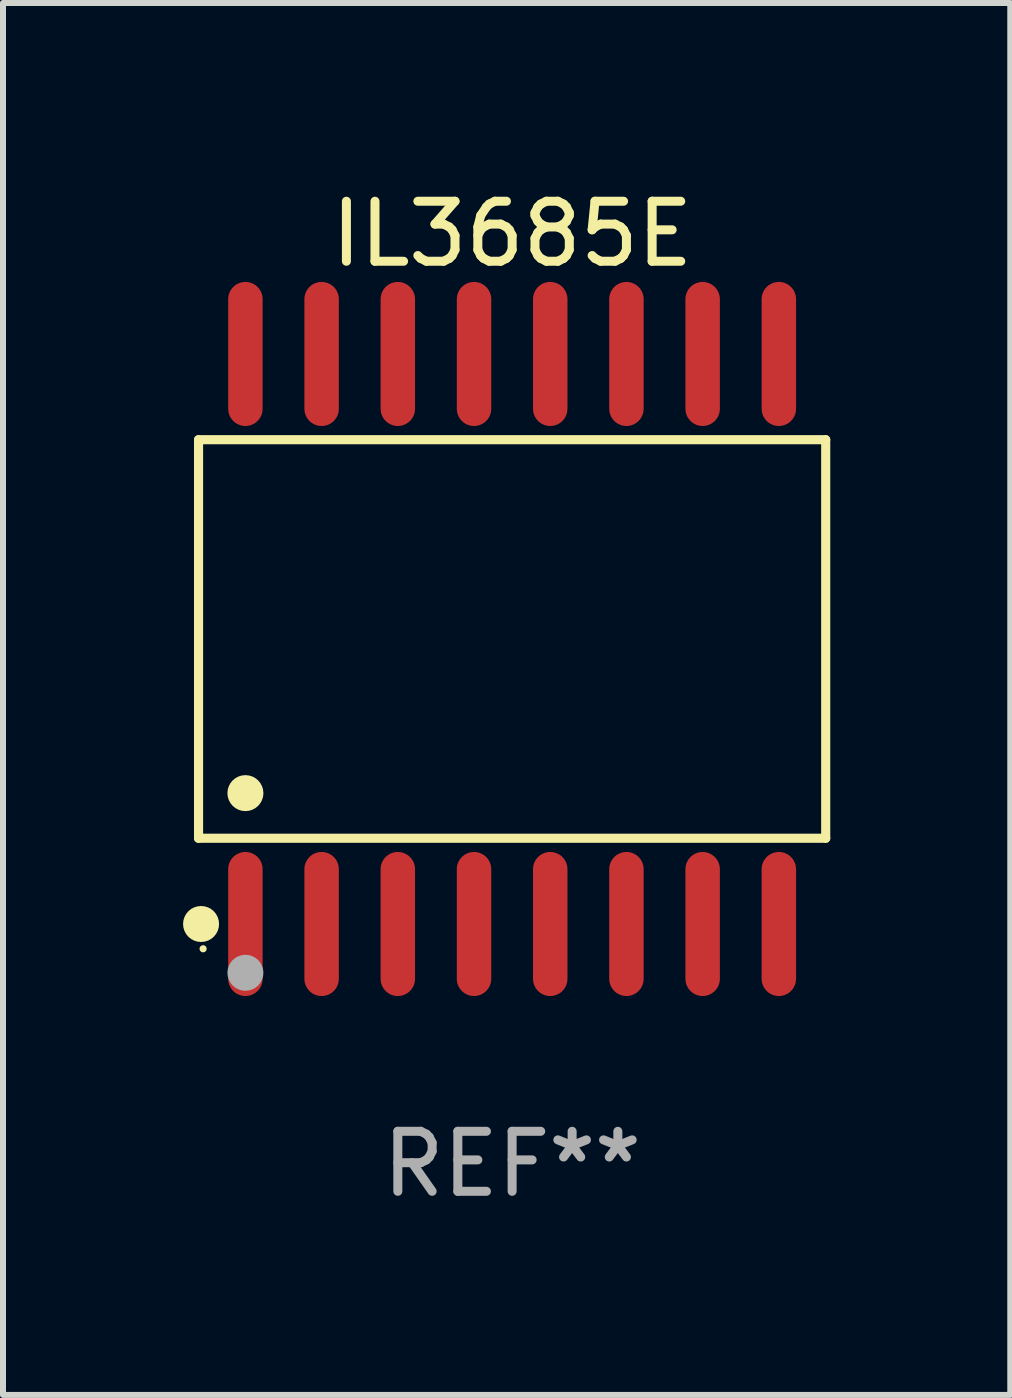
<source format=kicad_pcb>
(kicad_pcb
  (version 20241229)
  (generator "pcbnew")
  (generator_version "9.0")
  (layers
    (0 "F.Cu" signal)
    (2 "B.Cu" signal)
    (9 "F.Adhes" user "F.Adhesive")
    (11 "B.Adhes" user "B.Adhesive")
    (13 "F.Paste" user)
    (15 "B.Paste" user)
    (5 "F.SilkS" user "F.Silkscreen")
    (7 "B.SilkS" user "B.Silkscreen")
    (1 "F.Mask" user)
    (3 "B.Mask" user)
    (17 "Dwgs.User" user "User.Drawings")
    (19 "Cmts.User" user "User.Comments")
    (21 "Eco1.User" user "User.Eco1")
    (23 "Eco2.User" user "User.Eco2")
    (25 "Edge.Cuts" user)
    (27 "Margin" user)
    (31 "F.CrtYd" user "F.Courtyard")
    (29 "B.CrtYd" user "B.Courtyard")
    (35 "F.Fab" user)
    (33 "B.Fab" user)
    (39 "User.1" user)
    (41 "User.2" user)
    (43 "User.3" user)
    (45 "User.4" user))
  (footprint "IL3685E"
    (layer "F.Cu")
    (at 5.485 7.599)
    (property "Reference" "IL3685E" (at 0 -6.75 0) (layer "F.SilkS") (effects (font (size 1 1) (thickness 0.15))))
    (attr through_hole)
    (fp_line (start -5.226 -3.321) (end 5.226 -3.321) (stroke (width 0.152) (type solid)) (layer "F.SilkS"))
    (fp_line (start -5.226 3.321) (end -5.226 -3.321) (stroke (width 0.152) (type solid)) (layer "F.SilkS"))
    (fp_line (start 5.226 -3.321) (end 5.226 3.321) (stroke (width 0.152) (type solid)) (layer "F.SilkS"))
    (fp_line (start 5.226 3.321) (end -5.226 3.321) (stroke (width 0.152) (type solid)) (layer "F.SilkS"))
    (fp_circle (center -5.184 4.75) (end -5.034 4.75) (stroke (width 0.3) (type solid)) (fill no) (layer "F.SilkS"))
    (fp_circle (center -5.15 5.163) (end -5.12 5.163) (stroke (width 0.06) (type solid)) (fill no) (layer "F.SilkS"))
    (fp_circle (center -4.445 2.569) (end -4.295 2.569) (stroke (width 0.3) (type solid)) (fill no) (layer "F.SilkS"))
    (fp_circle (center -4.445 5.563) (end -4.295 5.563) (stroke (width 0.3) (type solid)) (fill no) (layer "F.Fab"))
    (fp_text user "REF**" (at 0 8.75 0) (layer "F.Fab") (effects (font (size 1 1) (thickness 0.15))))
    (pad "1" smd oval (at -4.445 4.75) (size 0.574 2.401) (layers "F.Cu" "F.Mask" "F.Paste"))
    (pad "2" smd oval (at -3.175 4.75) (size 0.574 2.401) (layers "F.Cu" "F.Mask" "F.Paste"))
    (pad "3" smd oval (at -1.905 4.75) (size 0.574 2.401) (layers "F.Cu" "F.Mask" "F.Paste"))
    (pad "4" smd oval (at -0.635 4.75) (size 0.574 2.401) (layers "F.Cu" "F.Mask" "F.Paste"))
    (pad "5" smd oval (at 0.635 4.75) (size 0.574 2.401) (layers "F.Cu" "F.Mask" "F.Paste"))
    (pad "6" smd oval (at 1.905 4.75) (size 0.574 2.401) (layers "F.Cu" "F.Mask" "F.Paste"))
    (pad "7" smd oval (at 3.175 4.75) (size 0.574 2.401) (layers "F.Cu" "F.Mask" "F.Paste"))
    (pad "8" smd oval (at 4.445 4.75) (size 0.574 2.401) (layers "F.Cu" "F.Mask" "F.Paste"))
    (pad "9" smd oval (at 4.445 -4.75) (size 0.574 2.401) (layers "F.Cu" "F.Mask" "F.Paste"))
    (pad "10" smd oval (at 3.175 -4.75) (size 0.574 2.401) (layers "F.Cu" "F.Mask" "F.Paste"))
    (pad "11" smd oval (at 1.905 -4.75) (size 0.574 2.401) (layers "F.Cu" "F.Mask" "F.Paste"))
    (pad "12" smd oval (at 0.635 -4.75) (size 0.574 2.401) (layers "F.Cu" "F.Mask" "F.Paste"))
    (pad "13" smd oval (at -0.635 -4.75) (size 0.574 2.401) (layers "F.Cu" "F.Mask" "F.Paste"))
    (pad "14" smd oval (at -1.905 -4.75) (size 0.574 2.401) (layers "F.Cu" "F.Mask" "F.Paste"))
    (pad "15" smd oval (at -3.175 -4.75) (size 0.574 2.401) (layers "F.Cu" "F.Mask" "F.Paste"))
    (pad "16" smd oval (at -4.445 -4.75) (size 0.574 2.401) (layers "F.Cu" "F.Mask" "F.Paste")))
  (gr_rect
    (start -3 -3)
    (end 13.787 20.197)
    (stroke (width 0.1) (type default))
    (fill no)
    (layer "Edge.Cuts")))
</source>
